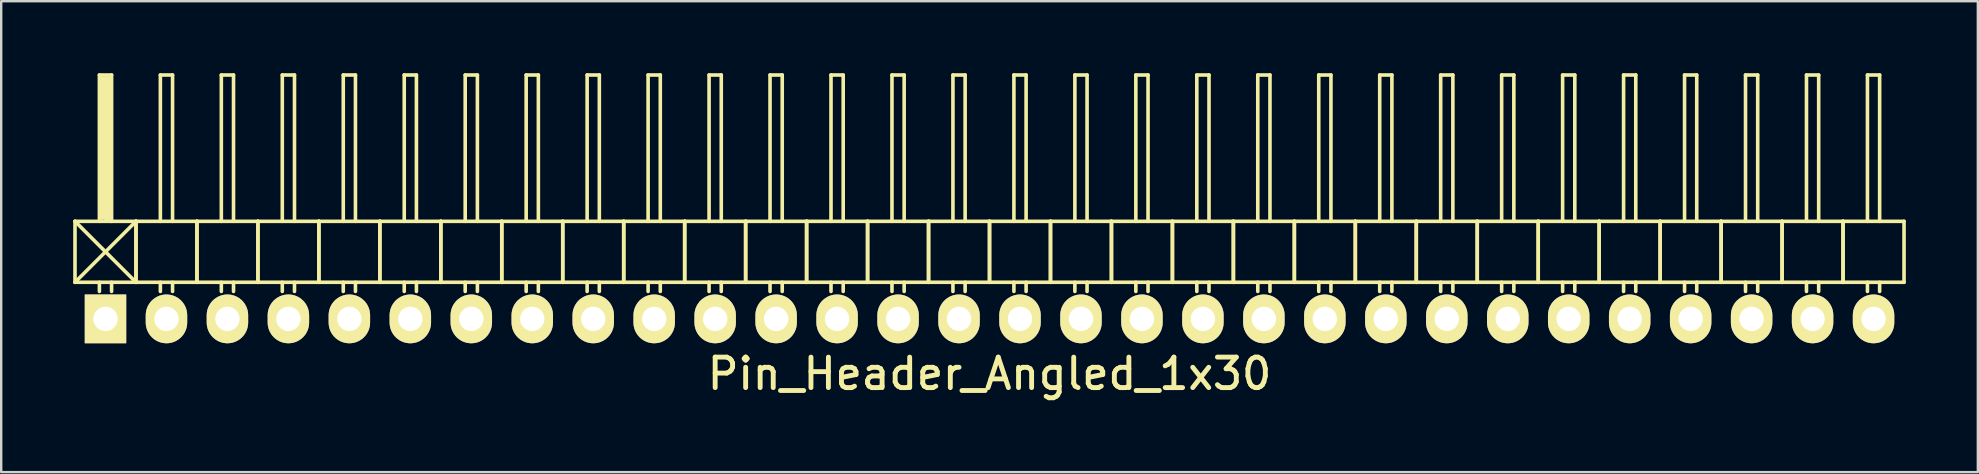
<source format=kicad_pcb>
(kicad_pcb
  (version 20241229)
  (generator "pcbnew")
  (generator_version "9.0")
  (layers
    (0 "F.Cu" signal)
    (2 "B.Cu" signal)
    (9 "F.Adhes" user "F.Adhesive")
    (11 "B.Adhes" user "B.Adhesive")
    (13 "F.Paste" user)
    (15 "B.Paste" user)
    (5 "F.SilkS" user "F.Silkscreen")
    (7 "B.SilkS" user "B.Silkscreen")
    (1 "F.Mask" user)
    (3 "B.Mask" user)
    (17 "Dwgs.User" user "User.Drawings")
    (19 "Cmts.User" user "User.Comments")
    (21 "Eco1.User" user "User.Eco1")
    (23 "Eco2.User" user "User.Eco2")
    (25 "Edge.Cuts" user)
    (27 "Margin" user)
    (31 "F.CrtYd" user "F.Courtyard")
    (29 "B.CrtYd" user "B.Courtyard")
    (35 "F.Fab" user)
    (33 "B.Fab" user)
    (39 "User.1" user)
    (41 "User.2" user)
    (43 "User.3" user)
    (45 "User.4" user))
  (footprint "Pin_Header_Angled_1x30"
    (layer "F.Cu")
    (at 38.175 10.235)
    (property "Reference" "Pin_Header_Angled_1x30" (at 0 2.286 0) (layer "F.SilkS") (effects (font (size 1.27 1.27) (thickness 0.203))))
    (attr through_hole)
    (fp_line (start -38.1 -4.064) (end -35.56 -1.524) (stroke (width 0.15) (type solid)) (layer "F.SilkS"))
    (fp_line (start -38.1 -1.524) (end -38.1 -4.064) (stroke (width 0.15) (type solid)) (layer "F.SilkS"))
    (fp_line (start -38.1 -1.524) (end -35.56 -1.524) (stroke (width 0.15) (type solid)) (layer "F.SilkS"))
    (fp_line (start -37.084 -10.16) (end -36.576 -10.16) (stroke (width 0.15) (type solid)) (layer "F.SilkS"))
    (fp_line (start -37.084 -4.064) (end -37.084 -10.16) (stroke (width 0.15) (type solid)) (layer "F.SilkS"))
    (fp_line (start -37.084 -1.524) (end -37.084 -1.143) (stroke (width 0.15) (type solid)) (layer "F.SilkS"))
    (fp_line (start -36.957 -10.033) (end -36.703 -10.033) (stroke (width 0.15) (type solid)) (layer "F.SilkS"))
    (fp_line (start -36.957 -4.191) (end -36.957 -10.033) (stroke (width 0.15) (type solid)) (layer "F.SilkS"))
    (fp_line (start -36.83 -4.191) (end -36.83 -10.033) (stroke (width 0.15) (type solid)) (layer "F.SilkS"))
    (fp_line (start -36.703 -10.033) (end -36.703 -4.191) (stroke (width 0.15) (type solid)) (layer "F.SilkS"))
    (fp_line (start -36.703 -4.191) (end -36.83 -4.191) (stroke (width 0.15) (type solid)) (layer "F.SilkS"))
    (fp_line (start -36.576 -10.16) (end -36.576 -4.064) (stroke (width 0.15) (type solid)) (layer "F.SilkS"))
    (fp_line (start -36.576 -1.524) (end -36.576 -1.143) (stroke (width 0.15) (type solid)) (layer "F.SilkS"))
    (fp_line (start -35.56 -4.064) (end -38.1 -4.064) (stroke (width 0.15) (type solid)) (layer "F.SilkS"))
    (fp_line (start -35.56 -4.064) (end -38.1 -1.524) (stroke (width 0.15) (type solid)) (layer "F.SilkS"))
    (fp_line (start -35.56 -1.524) (end -35.56 -4.064) (stroke (width 0.15) (type solid)) (layer "F.SilkS"))
    (fp_line (start -35.56 -1.524) (end -35.56 -4.064) (stroke (width 0.15) (type solid)) (layer "F.SilkS"))
    (fp_line (start -35.56 -1.524) (end -33.02 -1.524) (stroke (width 0.15) (type solid)) (layer "F.SilkS"))
    (fp_line (start -34.544 -10.16) (end -34.036 -10.16) (stroke (width 0.15) (type solid)) (layer "F.SilkS"))
    (fp_line (start -34.544 -4.064) (end -34.544 -10.16) (stroke (width 0.15) (type solid)) (layer "F.SilkS"))
    (fp_line (start -34.544 -1.524) (end -34.544 -1.143) (stroke (width 0.15) (type solid)) (layer "F.SilkS"))
    (fp_line (start -34.036 -10.16) (end -34.036 -4.064) (stroke (width 0.15) (type solid)) (layer "F.SilkS"))
    (fp_line (start -34.036 -1.524) (end -34.036 -1.143) (stroke (width 0.15) (type solid)) (layer "F.SilkS"))
    (fp_line (start -33.02 -4.064) (end -35.56 -4.064) (stroke (width 0.15) (type solid)) (layer "F.SilkS"))
    (fp_line (start -33.02 -1.524) (end -33.02 -4.064) (stroke (width 0.15) (type solid)) (layer "F.SilkS"))
    (fp_line (start -33.02 -1.524) (end -33.02 -4.064) (stroke (width 0.15) (type solid)) (layer "F.SilkS"))
    (fp_line (start -33.02 -1.524) (end -30.48 -1.524) (stroke (width 0.15) (type solid)) (layer "F.SilkS"))
    (fp_line (start -32.004 -10.16) (end -31.496 -10.16) (stroke (width 0.15) (type solid)) (layer "F.SilkS"))
    (fp_line (start -32.004 -4.064) (end -32.004 -10.16) (stroke (width 0.15) (type solid)) (layer "F.SilkS"))
    (fp_line (start -32.004 -1.524) (end -32.004 -1.143) (stroke (width 0.15) (type solid)) (layer "F.SilkS"))
    (fp_line (start -31.496 -10.16) (end -31.496 -4.064) (stroke (width 0.15) (type solid)) (layer "F.SilkS"))
    (fp_line (start -31.496 -1.524) (end -31.496 -1.143) (stroke (width 0.15) (type solid)) (layer "F.SilkS"))
    (fp_line (start -30.48 -4.064) (end -33.02 -4.064) (stroke (width 0.15) (type solid)) (layer "F.SilkS"))
    (fp_line (start -30.48 -1.524) (end -30.48 -4.064) (stroke (width 0.15) (type solid)) (layer "F.SilkS"))
    (fp_line (start -30.48 -1.524) (end -30.48 -4.064) (stroke (width 0.15) (type solid)) (layer "F.SilkS"))
    (fp_line (start -30.48 -1.524) (end -27.94 -1.524) (stroke (width 0.15) (type solid)) (layer "F.SilkS"))
    (fp_line (start -29.464 -10.16) (end -28.956 -10.16) (stroke (width 0.15) (type solid)) (layer "F.SilkS"))
    (fp_line (start -29.464 -4.064) (end -29.464 -10.16) (stroke (width 0.15) (type solid)) (layer "F.SilkS"))
    (fp_line (start -29.464 -1.524) (end -29.464 -1.143) (stroke (width 0.15) (type solid)) (layer "F.SilkS"))
    (fp_line (start -28.956 -10.16) (end -28.956 -4.064) (stroke (width 0.15) (type solid)) (layer "F.SilkS"))
    (fp_line (start -28.956 -1.524) (end -28.956 -1.143) (stroke (width 0.15) (type solid)) (layer "F.SilkS"))
    (fp_line (start -27.94 -4.064) (end -30.48 -4.064) (stroke (width 0.15) (type solid)) (layer "F.SilkS"))
    (fp_line (start -27.94 -1.524) (end -27.94 -4.064) (stroke (width 0.15) (type solid)) (layer "F.SilkS"))
    (fp_line (start -27.94 -1.524) (end -27.94 -4.064) (stroke (width 0.15) (type solid)) (layer "F.SilkS"))
    (fp_line (start -27.94 -1.524) (end -25.4 -1.524) (stroke (width 0.15) (type solid)) (layer "F.SilkS"))
    (fp_line (start -26.924 -10.16) (end -26.416 -10.16) (stroke (width 0.15) (type solid)) (layer "F.SilkS"))
    (fp_line (start -26.924 -4.064) (end -26.924 -10.16) (stroke (width 0.15) (type solid)) (layer "F.SilkS"))
    (fp_line (start -26.924 -1.524) (end -26.924 -1.143) (stroke (width 0.15) (type solid)) (layer "F.SilkS"))
    (fp_line (start -26.416 -10.16) (end -26.416 -4.064) (stroke (width 0.15) (type solid)) (layer "F.SilkS"))
    (fp_line (start -26.416 -1.524) (end -26.416 -1.143) (stroke (width 0.15) (type solid)) (layer "F.SilkS"))
    (fp_line (start -25.4 -4.064) (end -27.94 -4.064) (stroke (width 0.15) (type solid)) (layer "F.SilkS"))
    (fp_line (start -25.4 -1.524) (end -25.4 -4.064) (stroke (width 0.15) (type solid)) (layer "F.SilkS"))
    (fp_line (start -25.4 -1.524) (end -25.4 -4.064) (stroke (width 0.15) (type solid)) (layer "F.SilkS"))
    (fp_line (start -25.4 -1.524) (end -22.86 -1.524) (stroke (width 0.15) (type solid)) (layer "F.SilkS"))
    (fp_line (start -24.384 -10.16) (end -23.876 -10.16) (stroke (width 0.15) (type solid)) (layer "F.SilkS"))
    (fp_line (start -24.384 -4.064) (end -24.384 -10.16) (stroke (width 0.15) (type solid)) (layer "F.SilkS"))
    (fp_line (start -24.384 -1.524) (end -24.384 -1.143) (stroke (width 0.15) (type solid)) (layer "F.SilkS"))
    (fp_line (start -23.876 -10.16) (end -23.876 -4.064) (stroke (width 0.15) (type solid)) (layer "F.SilkS"))
    (fp_line (start -23.876 -1.524) (end -23.876 -1.143) (stroke (width 0.15) (type solid)) (layer "F.SilkS"))
    (fp_line (start -22.86 -4.064) (end -25.4 -4.064) (stroke (width 0.15) (type solid)) (layer "F.SilkS"))
    (fp_line (start -22.86 -1.524) (end -22.86 -4.064) (stroke (width 0.15) (type solid)) (layer "F.SilkS"))
    (fp_line (start -22.86 -1.524) (end -22.86 -4.064) (stroke (width 0.15) (type solid)) (layer "F.SilkS"))
    (fp_line (start -22.86 -1.524) (end -20.32 -1.524) (stroke (width 0.15) (type solid)) (layer "F.SilkS"))
    (fp_line (start -21.844 -10.16) (end -21.336 -10.16) (stroke (width 0.15) (type solid)) (layer "F.SilkS"))
    (fp_line (start -21.844 -4.064) (end -21.844 -10.16) (stroke (width 0.15) (type solid)) (layer "F.SilkS"))
    (fp_line (start -21.844 -1.524) (end -21.844 -1.143) (stroke (width 0.15) (type solid)) (layer "F.SilkS"))
    (fp_line (start -21.336 -10.16) (end -21.336 -4.064) (stroke (width 0.15) (type solid)) (layer "F.SilkS"))
    (fp_line (start -21.336 -1.524) (end -21.336 -1.143) (stroke (width 0.15) (type solid)) (layer "F.SilkS"))
    (fp_line (start -20.32 -4.064) (end -22.86 -4.064) (stroke (width 0.15) (type solid)) (layer "F.SilkS"))
    (fp_line (start -20.32 -1.524) (end -20.32 -4.064) (stroke (width 0.15) (type solid)) (layer "F.SilkS"))
    (fp_line (start -20.32 -1.524) (end -20.32 -4.064) (stroke (width 0.15) (type solid)) (layer "F.SilkS"))
    (fp_line (start -20.32 -1.524) (end -17.78 -1.524) (stroke (width 0.15) (type solid)) (layer "F.SilkS"))
    (fp_line (start -19.304 -10.16) (end -18.796 -10.16) (stroke (width 0.15) (type solid)) (layer "F.SilkS"))
    (fp_line (start -19.304 -4.064) (end -19.304 -10.16) (stroke (width 0.15) (type solid)) (layer "F.SilkS"))
    (fp_line (start -19.304 -1.524) (end -19.304 -1.143) (stroke (width 0.15) (type solid)) (layer "F.SilkS"))
    (fp_line (start -18.796 -10.16) (end -18.796 -4.064) (stroke (width 0.15) (type solid)) (layer "F.SilkS"))
    (fp_line (start -18.796 -1.524) (end -18.796 -1.143) (stroke (width 0.15) (type solid)) (layer "F.SilkS"))
    (fp_line (start -17.78 -4.064) (end -20.32 -4.064) (stroke (width 0.15) (type solid)) (layer "F.SilkS"))
    (fp_line (start -17.78 -1.524) (end -17.78 -4.064) (stroke (width 0.15) (type solid)) (layer "F.SilkS"))
    (fp_line (start -17.78 -1.524) (end -17.78 -4.064) (stroke (width 0.15) (type solid)) (layer "F.SilkS"))
    (fp_line (start -17.78 -1.524) (end -15.24 -1.524) (stroke (width 0.15) (type solid)) (layer "F.SilkS"))
    (fp_line (start -16.764 -10.16) (end -16.256 -10.16) (stroke (width 0.15) (type solid)) (layer "F.SilkS"))
    (fp_line (start -16.764 -4.064) (end -16.764 -10.16) (stroke (width 0.15) (type solid)) (layer "F.SilkS"))
    (fp_line (start -16.764 -1.524) (end -16.764 -1.143) (stroke (width 0.15) (type solid)) (layer "F.SilkS"))
    (fp_line (start -16.256 -10.16) (end -16.256 -4.064) (stroke (width 0.15) (type solid)) (layer "F.SilkS"))
    (fp_line (start -16.256 -1.524) (end -16.256 -1.143) (stroke (width 0.15) (type solid)) (layer "F.SilkS"))
    (fp_line (start -15.24 -4.064) (end -17.78 -4.064) (stroke (width 0.15) (type solid)) (layer "F.SilkS"))
    (fp_line (start -15.24 -1.524) (end -15.24 -4.064) (stroke (width 0.15) (type solid)) (layer "F.SilkS"))
    (fp_line (start -15.24 -1.524) (end -15.24 -4.064) (stroke (width 0.15) (type solid)) (layer "F.SilkS"))
    (fp_line (start -15.24 -1.524) (end -12.7 -1.524) (stroke (width 0.15) (type solid)) (layer "F.SilkS"))
    (fp_line (start -14.224 -10.16) (end -13.716 -10.16) (stroke (width 0.15) (type solid)) (layer "F.SilkS"))
    (fp_line (start -14.224 -4.064) (end -14.224 -10.16) (stroke (width 0.15) (type solid)) (layer "F.SilkS"))
    (fp_line (start -14.224 -1.524) (end -14.224 -1.143) (stroke (width 0.15) (type solid)) (layer "F.SilkS"))
    (fp_line (start -13.716 -10.16) (end -13.716 -4.064) (stroke (width 0.15) (type solid)) (layer "F.SilkS"))
    (fp_line (start -13.716 -1.524) (end -13.716 -1.143) (stroke (width 0.15) (type solid)) (layer "F.SilkS"))
    (fp_line (start -12.7 -4.064) (end -15.24 -4.064) (stroke (width 0.15) (type solid)) (layer "F.SilkS"))
    (fp_line (start -12.7 -1.524) (end -12.7 -4.064) (stroke (width 0.15) (type solid)) (layer "F.SilkS"))
    (fp_line (start -12.7 -1.524) (end -12.7 -4.064) (stroke (width 0.15) (type solid)) (layer "F.SilkS"))
    (fp_line (start -12.7 -1.524) (end -10.16 -1.524) (stroke (width 0.15) (type solid)) (layer "F.SilkS"))
    (fp_line (start -11.684 -10.16) (end -11.176 -10.16) (stroke (width 0.15) (type solid)) (layer "F.SilkS"))
    (fp_line (start -11.684 -4.064) (end -11.684 -10.16) (stroke (width 0.15) (type solid)) (layer "F.SilkS"))
    (fp_line (start -11.684 -1.524) (end -11.684 -1.143) (stroke (width 0.15) (type solid)) (layer "F.SilkS"))
    (fp_line (start -11.176 -10.16) (end -11.176 -4.064) (stroke (width 0.15) (type solid)) (layer "F.SilkS"))
    (fp_line (start -11.176 -1.524) (end -11.176 -1.143) (stroke (width 0.15) (type solid)) (layer "F.SilkS"))
    (fp_line (start -10.16 -4.064) (end -12.7 -4.064) (stroke (width 0.15) (type solid)) (layer "F.SilkS"))
    (fp_line (start -10.16 -1.524) (end -10.16 -4.064) (stroke (width 0.15) (type solid)) (layer "F.SilkS"))
    (fp_line (start -10.16 -1.524) (end -10.16 -4.064) (stroke (width 0.15) (type solid)) (layer "F.SilkS"))
    (fp_line (start -10.16 -1.524) (end -7.62 -1.524) (stroke (width 0.15) (type solid)) (layer "F.SilkS"))
    (fp_line (start -9.144 -10.16) (end -8.636 -10.16) (stroke (width 0.15) (type solid)) (layer "F.SilkS"))
    (fp_line (start -9.144 -4.064) (end -9.144 -10.16) (stroke (width 0.15) (type solid)) (layer "F.SilkS"))
    (fp_line (start -9.144 -1.524) (end -9.144 -1.143) (stroke (width 0.15) (type solid)) (layer "F.SilkS"))
    (fp_line (start -8.636 -10.16) (end -8.636 -4.064) (stroke (width 0.15) (type solid)) (layer "F.SilkS"))
    (fp_line (start -8.636 -1.524) (end -8.636 -1.143) (stroke (width 0.15) (type solid)) (layer "F.SilkS"))
    (fp_line (start -7.62 -4.064) (end -10.16 -4.064) (stroke (width 0.15) (type solid)) (layer "F.SilkS"))
    (fp_line (start -7.62 -1.524) (end -7.62 -4.064) (stroke (width 0.15) (type solid)) (layer "F.SilkS"))
    (fp_line (start -7.62 -1.524) (end -7.62 -4.064) (stroke (width 0.15) (type solid)) (layer "F.SilkS"))
    (fp_line (start -7.62 -1.524) (end -5.08 -1.524) (stroke (width 0.15) (type solid)) (layer "F.SilkS"))
    (fp_line (start -6.604 -10.16) (end -6.096 -10.16) (stroke (width 0.15) (type solid)) (layer "F.SilkS"))
    (fp_line (start -6.604 -4.064) (end -6.604 -10.16) (stroke (width 0.15) (type solid)) (layer "F.SilkS"))
    (fp_line (start -6.604 -1.524) (end -6.604 -1.143) (stroke (width 0.15) (type solid)) (layer "F.SilkS"))
    (fp_line (start -6.096 -10.16) (end -6.096 -4.064) (stroke (width 0.15) (type solid)) (layer "F.SilkS"))
    (fp_line (start -6.096 -1.524) (end -6.096 -1.143) (stroke (width 0.15) (type solid)) (layer "F.SilkS"))
    (fp_line (start -5.08 -4.064) (end -7.62 -4.064) (stroke (width 0.15) (type solid)) (layer "F.SilkS"))
    (fp_line (start -5.08 -1.524) (end -5.08 -4.064) (stroke (width 0.15) (type solid)) (layer "F.SilkS"))
    (fp_line (start -5.08 -1.524) (end -5.08 -4.064) (stroke (width 0.15) (type solid)) (layer "F.SilkS"))
    (fp_line (start -5.08 -1.524) (end -2.54 -1.524) (stroke (width 0.15) (type solid)) (layer "F.SilkS"))
    (fp_line (start -4.064 -10.16) (end -3.556 -10.16) (stroke (width 0.15) (type solid)) (layer "F.SilkS"))
    (fp_line (start -4.064 -4.064) (end -4.064 -10.16) (stroke (width 0.15) (type solid)) (layer "F.SilkS"))
    (fp_line (start -4.064 -1.524) (end -4.064 -1.143) (stroke (width 0.15) (type solid)) (layer "F.SilkS"))
    (fp_line (start -3.556 -10.16) (end -3.556 -4.064) (stroke (width 0.15) (type solid)) (layer "F.SilkS"))
    (fp_line (start -3.556 -1.524) (end -3.556 -1.143) (stroke (width 0.15) (type solid)) (layer "F.SilkS"))
    (fp_line (start -2.54 -4.064) (end -5.08 -4.064) (stroke (width 0.15) (type solid)) (layer "F.SilkS"))
    (fp_line (start -2.54 -1.524) (end -2.54 -4.064) (stroke (width 0.15) (type solid)) (layer "F.SilkS"))
    (fp_line (start -2.54 -1.524) (end -2.54 -4.064) (stroke (width 0.15) (type solid)) (layer "F.SilkS"))
    (fp_line (start -2.54 -1.524) (end 0 -1.524) (stroke (width 0.15) (type solid)) (layer "F.SilkS"))
    (fp_line (start -1.524 -10.16) (end -1.016 -10.16) (stroke (width 0.15) (type solid)) (layer "F.SilkS"))
    (fp_line (start -1.524 -4.064) (end -1.524 -10.16) (stroke (width 0.15) (type solid)) (layer "F.SilkS"))
    (fp_line (start -1.524 -1.524) (end -1.524 -1.143) (stroke (width 0.15) (type solid)) (layer "F.SilkS"))
    (fp_line (start -1.016 -10.16) (end -1.016 -4.064) (stroke (width 0.15) (type solid)) (layer "F.SilkS"))
    (fp_line (start -1.016 -1.524) (end -1.016 -1.143) (stroke (width 0.15) (type solid)) (layer "F.SilkS"))
    (fp_line (start 0 -4.064) (end -2.54 -4.064) (stroke (width 0.15) (type solid)) (layer "F.SilkS"))
    (fp_line (start 0 -1.524) (end 0 -4.064) (stroke (width 0.15) (type solid)) (layer "F.SilkS"))
    (fp_line (start 0 -1.524) (end 0 -4.064) (stroke (width 0.15) (type solid)) (layer "F.SilkS"))
    (fp_line (start 0 -1.524) (end 2.54 -1.524) (stroke (width 0.15) (type solid)) (layer "F.SilkS"))
    (fp_line (start 1.016 -10.16) (end 1.524 -10.16) (stroke (width 0.15) (type solid)) (layer "F.SilkS"))
    (fp_line (start 1.016 -4.064) (end 1.016 -10.16) (stroke (width 0.15) (type solid)) (layer "F.SilkS"))
    (fp_line (start 1.016 -1.524) (end 1.016 -1.143) (stroke (width 0.15) (type solid)) (layer "F.SilkS"))
    (fp_line (start 1.524 -10.16) (end 1.524 -4.064) (stroke (width 0.15) (type solid)) (layer "F.SilkS"))
    (fp_line (start 1.524 -1.524) (end 1.524 -1.143) (stroke (width 0.15) (type solid)) (layer "F.SilkS"))
    (fp_line (start 2.54 -4.064) (end 0 -4.064) (stroke (width 0.15) (type solid)) (layer "F.SilkS"))
    (fp_line (start 2.54 -1.524) (end 2.54 -4.064) (stroke (width 0.15) (type solid)) (layer "F.SilkS"))
    (fp_line (start 2.54 -1.524) (end 2.54 -4.064) (stroke (width 0.15) (type solid)) (layer "F.SilkS"))
    (fp_line (start 2.54 -1.524) (end 5.08 -1.524) (stroke (width 0.15) (type solid)) (layer "F.SilkS"))
    (fp_line (start 3.556 -10.16) (end 4.064 -10.16) (stroke (width 0.15) (type solid)) (layer "F.SilkS"))
    (fp_line (start 3.556 -4.064) (end 3.556 -10.16) (stroke (width 0.15) (type solid)) (layer "F.SilkS"))
    (fp_line (start 3.556 -1.524) (end 3.556 -1.143) (stroke (width 0.15) (type solid)) (layer "F.SilkS"))
    (fp_line (start 4.064 -10.16) (end 4.064 -4.064) (stroke (width 0.15) (type solid)) (layer "F.SilkS"))
    (fp_line (start 4.064 -1.524) (end 4.064 -1.143) (stroke (width 0.15) (type solid)) (layer "F.SilkS"))
    (fp_line (start 5.08 -4.064) (end 2.54 -4.064) (stroke (width 0.15) (type solid)) (layer "F.SilkS"))
    (fp_line (start 5.08 -1.524) (end 5.08 -4.064) (stroke (width 0.15) (type solid)) (layer "F.SilkS"))
    (fp_line (start 5.08 -1.524) (end 5.08 -4.064) (stroke (width 0.15) (type solid)) (layer "F.SilkS"))
    (fp_line (start 5.08 -1.524) (end 7.62 -1.524) (stroke (width 0.15) (type solid)) (layer "F.SilkS"))
    (fp_line (start 6.096 -10.16) (end 6.604 -10.16) (stroke (width 0.15) (type solid)) (layer "F.SilkS"))
    (fp_line (start 6.096 -4.064) (end 6.096 -10.16) (stroke (width 0.15) (type solid)) (layer "F.SilkS"))
    (fp_line (start 6.096 -1.524) (end 6.096 -1.143) (stroke (width 0.15) (type solid)) (layer "F.SilkS"))
    (fp_line (start 6.604 -10.16) (end 6.604 -4.064) (stroke (width 0.15) (type solid)) (layer "F.SilkS"))
    (fp_line (start 6.604 -1.524) (end 6.604 -1.143) (stroke (width 0.15) (type solid)) (layer "F.SilkS"))
    (fp_line (start 7.62 -4.064) (end 5.08 -4.064) (stroke (width 0.15) (type solid)) (layer "F.SilkS"))
    (fp_line (start 7.62 -1.524) (end 7.62 -4.064) (stroke (width 0.15) (type solid)) (layer "F.SilkS"))
    (fp_line (start 7.62 -1.524) (end 7.62 -4.064) (stroke (width 0.15) (type solid)) (layer "F.SilkS"))
    (fp_line (start 7.62 -1.524) (end 10.16 -1.524) (stroke (width 0.15) (type solid)) (layer "F.SilkS"))
    (fp_line (start 8.636 -10.16) (end 9.144 -10.16) (stroke (width 0.15) (type solid)) (layer "F.SilkS"))
    (fp_line (start 8.636 -4.064) (end 8.636 -10.16) (stroke (width 0.15) (type solid)) (layer "F.SilkS"))
    (fp_line (start 8.636 -1.524) (end 8.636 -1.143) (stroke (width 0.15) (type solid)) (layer "F.SilkS"))
    (fp_line (start 9.144 -10.16) (end 9.144 -4.064) (stroke (width 0.15) (type solid)) (layer "F.SilkS"))
    (fp_line (start 9.144 -1.524) (end 9.144 -1.143) (stroke (width 0.15) (type solid)) (layer "F.SilkS"))
    (fp_line (start 10.16 -4.064) (end 7.62 -4.064) (stroke (width 0.15) (type solid)) (layer "F.SilkS"))
    (fp_line (start 10.16 -1.524) (end 10.16 -4.064) (stroke (width 0.15) (type solid)) (layer "F.SilkS"))
    (fp_line (start 10.16 -1.524) (end 10.16 -4.064) (stroke (width 0.15) (type solid)) (layer "F.SilkS"))
    (fp_line (start 10.16 -1.524) (end 12.7 -1.524) (stroke (width 0.15) (type solid)) (layer "F.SilkS"))
    (fp_line (start 11.176 -10.16) (end 11.684 -10.16) (stroke (width 0.15) (type solid)) (layer "F.SilkS"))
    (fp_line (start 11.176 -4.064) (end 11.176 -10.16) (stroke (width 0.15) (type solid)) (layer "F.SilkS"))
    (fp_line (start 11.176 -1.524) (end 11.176 -1.143) (stroke (width 0.15) (type solid)) (layer "F.SilkS"))
    (fp_line (start 11.684 -10.16) (end 11.684 -4.064) (stroke (width 0.15) (type solid)) (layer "F.SilkS"))
    (fp_line (start 11.684 -1.524) (end 11.684 -1.143) (stroke (width 0.15) (type solid)) (layer "F.SilkS"))
    (fp_line (start 12.7 -4.064) (end 10.16 -4.064) (stroke (width 0.15) (type solid)) (layer "F.SilkS"))
    (fp_line (start 12.7 -1.524) (end 12.7 -4.064) (stroke (width 0.15) (type solid)) (layer "F.SilkS"))
    (fp_line (start 12.7 -1.524) (end 12.7 -4.064) (stroke (width 0.15) (type solid)) (layer "F.SilkS"))
    (fp_line (start 12.7 -1.524) (end 15.24 -1.524) (stroke (width 0.15) (type solid)) (layer "F.SilkS"))
    (fp_line (start 13.716 -10.16) (end 14.224 -10.16) (stroke (width 0.15) (type solid)) (layer "F.SilkS"))
    (fp_line (start 13.716 -4.064) (end 13.716 -10.16) (stroke (width 0.15) (type solid)) (layer "F.SilkS"))
    (fp_line (start 13.716 -1.524) (end 13.716 -1.143) (stroke (width 0.15) (type solid)) (layer "F.SilkS"))
    (fp_line (start 14.224 -10.16) (end 14.224 -4.064) (stroke (width 0.15) (type solid)) (layer "F.SilkS"))
    (fp_line (start 14.224 -1.524) (end 14.224 -1.143) (stroke (width 0.15) (type solid)) (layer "F.SilkS"))
    (fp_line (start 15.24 -4.064) (end 12.7 -4.064) (stroke (width 0.15) (type solid)) (layer "F.SilkS"))
    (fp_line (start 15.24 -1.524) (end 15.24 -4.064) (stroke (width 0.15) (type solid)) (layer "F.SilkS"))
    (fp_line (start 15.24 -1.524) (end 15.24 -4.064) (stroke (width 0.15) (type solid)) (layer "F.SilkS"))
    (fp_line (start 15.24 -1.524) (end 17.78 -1.524) (stroke (width 0.15) (type solid)) (layer "F.SilkS"))
    (fp_line (start 16.256 -10.16) (end 16.764 -10.16) (stroke (width 0.15) (type solid)) (layer "F.SilkS"))
    (fp_line (start 16.256 -4.064) (end 16.256 -10.16) (stroke (width 0.15) (type solid)) (layer "F.SilkS"))
    (fp_line (start 16.256 -1.524) (end 16.256 -1.143) (stroke (width 0.15) (type solid)) (layer "F.SilkS"))
    (fp_line (start 16.764 -10.16) (end 16.764 -4.064) (stroke (width 0.15) (type solid)) (layer "F.SilkS"))
    (fp_line (start 16.764 -1.524) (end 16.764 -1.143) (stroke (width 0.15) (type solid)) (layer "F.SilkS"))
    (fp_line (start 17.78 -4.064) (end 15.24 -4.064) (stroke (width 0.15) (type solid)) (layer "F.SilkS"))
    (fp_line (start 17.78 -1.524) (end 17.78 -4.064) (stroke (width 0.15) (type solid)) (layer "F.SilkS"))
    (fp_line (start 17.78 -1.524) (end 17.78 -4.064) (stroke (width 0.15) (type solid)) (layer "F.SilkS"))
    (fp_line (start 17.78 -1.524) (end 20.32 -1.524) (stroke (width 0.15) (type solid)) (layer "F.SilkS"))
    (fp_line (start 18.796 -10.16) (end 19.304 -10.16) (stroke (width 0.15) (type solid)) (layer "F.SilkS"))
    (fp_line (start 18.796 -4.064) (end 18.796 -10.16) (stroke (width 0.15) (type solid)) (layer "F.SilkS"))
    (fp_line (start 18.796 -1.524) (end 18.796 -1.143) (stroke (width 0.15) (type solid)) (layer "F.SilkS"))
    (fp_line (start 19.304 -10.16) (end 19.304 -4.064) (stroke (width 0.15) (type solid)) (layer "F.SilkS"))
    (fp_line (start 19.304 -1.524) (end 19.304 -1.143) (stroke (width 0.15) (type solid)) (layer "F.SilkS"))
    (fp_line (start 20.32 -4.064) (end 17.78 -4.064) (stroke (width 0.15) (type solid)) (layer "F.SilkS"))
    (fp_line (start 20.32 -1.524) (end 20.32 -4.064) (stroke (width 0.15) (type solid)) (layer "F.SilkS"))
    (fp_line (start 20.32 -1.524) (end 20.32 -4.064) (stroke (width 0.15) (type solid)) (layer "F.SilkS"))
    (fp_line (start 20.32 -1.524) (end 22.86 -1.524) (stroke (width 0.15) (type solid)) (layer "F.SilkS"))
    (fp_line (start 21.336 -10.16) (end 21.844 -10.16) (stroke (width 0.15) (type solid)) (layer "F.SilkS"))
    (fp_line (start 21.336 -4.064) (end 21.336 -10.16) (stroke (width 0.15) (type solid)) (layer "F.SilkS"))
    (fp_line (start 21.336 -1.524) (end 21.336 -1.143) (stroke (width 0.15) (type solid)) (layer "F.SilkS"))
    (fp_line (start 21.844 -10.16) (end 21.844 -4.064) (stroke (width 0.15) (type solid)) (layer "F.SilkS"))
    (fp_line (start 21.844 -1.524) (end 21.844 -1.143) (stroke (width 0.15) (type solid)) (layer "F.SilkS"))
    (fp_line (start 22.86 -4.064) (end 20.32 -4.064) (stroke (width 0.15) (type solid)) (layer "F.SilkS"))
    (fp_line (start 22.86 -1.524) (end 22.86 -4.064) (stroke (width 0.15) (type solid)) (layer "F.SilkS"))
    (fp_line (start 22.86 -1.524) (end 22.86 -4.064) (stroke (width 0.15) (type solid)) (layer "F.SilkS"))
    (fp_line (start 22.86 -1.524) (end 25.4 -1.524) (stroke (width 0.15) (type solid)) (layer "F.SilkS"))
    (fp_line (start 23.876 -10.16) (end 24.384 -10.16) (stroke (width 0.15) (type solid)) (layer "F.SilkS"))
    (fp_line (start 23.876 -4.064) (end 23.876 -10.16) (stroke (width 0.15) (type solid)) (layer "F.SilkS"))
    (fp_line (start 23.876 -1.524) (end 23.876 -1.143) (stroke (width 0.15) (type solid)) (layer "F.SilkS"))
    (fp_line (start 24.384 -10.16) (end 24.384 -4.064) (stroke (width 0.15) (type solid)) (layer "F.SilkS"))
    (fp_line (start 24.384 -1.524) (end 24.384 -1.143) (stroke (width 0.15) (type solid)) (layer "F.SilkS"))
    (fp_line (start 25.4 -4.064) (end 22.86 -4.064) (stroke (width 0.15) (type solid)) (layer "F.SilkS"))
    (fp_line (start 25.4 -1.524) (end 25.4 -4.064) (stroke (width 0.15) (type solid)) (layer "F.SilkS"))
    (fp_line (start 25.4 -1.524) (end 25.4 -4.064) (stroke (width 0.15) (type solid)) (layer "F.SilkS"))
    (fp_line (start 25.4 -1.524) (end 27.94 -1.524) (stroke (width 0.15) (type solid)) (layer "F.SilkS"))
    (fp_line (start 26.416 -10.16) (end 26.924 -10.16) (stroke (width 0.15) (type solid)) (layer "F.SilkS"))
    (fp_line (start 26.416 -4.064) (end 26.416 -10.16) (stroke (width 0.15) (type solid)) (layer "F.SilkS"))
    (fp_line (start 26.416 -1.524) (end 26.416 -1.143) (stroke (width 0.15) (type solid)) (layer "F.SilkS"))
    (fp_line (start 26.924 -10.16) (end 26.924 -4.064) (stroke (width 0.15) (type solid)) (layer "F.SilkS"))
    (fp_line (start 26.924 -1.524) (end 26.924 -1.143) (stroke (width 0.15) (type solid)) (layer "F.SilkS"))
    (fp_line (start 27.94 -4.064) (end 25.4 -4.064) (stroke (width 0.15) (type solid)) (layer "F.SilkS"))
    (fp_line (start 27.94 -1.524) (end 27.94 -4.064) (stroke (width 0.15) (type solid)) (layer "F.SilkS"))
    (fp_line (start 27.94 -1.524) (end 27.94 -4.064) (stroke (width 0.15) (type solid)) (layer "F.SilkS"))
    (fp_line (start 27.94 -1.524) (end 30.48 -1.524) (stroke (width 0.15) (type solid)) (layer "F.SilkS"))
    (fp_line (start 28.956 -10.16) (end 29.464 -10.16) (stroke (width 0.15) (type solid)) (layer "F.SilkS"))
    (fp_line (start 28.956 -4.064) (end 28.956 -10.16) (stroke (width 0.15) (type solid)) (layer "F.SilkS"))
    (fp_line (start 28.956 -1.524) (end 28.956 -1.143) (stroke (width 0.15) (type solid)) (layer "F.SilkS"))
    (fp_line (start 29.464 -10.16) (end 29.464 -4.064) (stroke (width 0.15) (type solid)) (layer "F.SilkS"))
    (fp_line (start 29.464 -1.524) (end 29.464 -1.143) (stroke (width 0.15) (type solid)) (layer "F.SilkS"))
    (fp_line (start 30.48 -4.064) (end 27.94 -4.064) (stroke (width 0.15) (type solid)) (layer "F.SilkS"))
    (fp_line (start 30.48 -1.524) (end 30.48 -4.064) (stroke (width 0.15) (type solid)) (layer "F.SilkS"))
    (fp_line (start 30.48 -1.524) (end 30.48 -4.064) (stroke (width 0.15) (type solid)) (layer "F.SilkS"))
    (fp_line (start 30.48 -1.524) (end 33.02 -1.524) (stroke (width 0.15) (type solid)) (layer "F.SilkS"))
    (fp_line (start 31.496 -10.16) (end 32.004 -10.16) (stroke (width 0.15) (type solid)) (layer "F.SilkS"))
    (fp_line (start 31.496 -4.064) (end 31.496 -10.16) (stroke (width 0.15) (type solid)) (layer "F.SilkS"))
    (fp_line (start 31.496 -1.524) (end 31.496 -1.143) (stroke (width 0.15) (type solid)) (layer "F.SilkS"))
    (fp_line (start 32.004 -10.16) (end 32.004 -4.064) (stroke (width 0.15) (type solid)) (layer "F.SilkS"))
    (fp_line (start 32.004 -1.524) (end 32.004 -1.143) (stroke (width 0.15) (type solid)) (layer "F.SilkS"))
    (fp_line (start 33.02 -4.064) (end 30.48 -4.064) (stroke (width 0.15) (type solid)) (layer "F.SilkS"))
    (fp_line (start 33.02 -1.524) (end 33.02 -4.064) (stroke (width 0.15) (type solid)) (layer "F.SilkS"))
    (fp_line (start 33.02 -1.524) (end 33.02 -4.064) (stroke (width 0.15) (type solid)) (layer "F.SilkS"))
    (fp_line (start 33.02 -1.524) (end 35.56 -1.524) (stroke (width 0.15) (type solid)) (layer "F.SilkS"))
    (fp_line (start 34.036 -10.16) (end 34.544 -10.16) (stroke (width 0.15) (type solid)) (layer "F.SilkS"))
    (fp_line (start 34.036 -4.064) (end 34.036 -10.16) (stroke (width 0.15) (type solid)) (layer "F.SilkS"))
    (fp_line (start 34.036 -1.524) (end 34.036 -1.143) (stroke (width 0.15) (type solid)) (layer "F.SilkS"))
    (fp_line (start 34.544 -10.16) (end 34.544 -4.064) (stroke (width 0.15) (type solid)) (layer "F.SilkS"))
    (fp_line (start 34.544 -1.524) (end 34.544 -1.143) (stroke (width 0.15) (type solid)) (layer "F.SilkS"))
    (fp_line (start 35.56 -4.064) (end 33.02 -4.064) (stroke (width 0.15) (type solid)) (layer "F.SilkS"))
    (fp_line (start 35.56 -1.524) (end 35.56 -4.064) (stroke (width 0.15) (type solid)) (layer "F.SilkS"))
    (fp_line (start 35.56 -1.524) (end 35.56 -4.064) (stroke (width 0.15) (type solid)) (layer "F.SilkS"))
    (fp_line (start 35.56 -1.524) (end 38.1 -1.524) (stroke (width 0.15) (type solid)) (layer "F.SilkS"))
    (fp_line (start 36.576 -10.16) (end 37.084 -10.16) (stroke (width 0.15) (type solid)) (layer "F.SilkS"))
    (fp_line (start 36.576 -4.064) (end 36.576 -10.16) (stroke (width 0.15) (type solid)) (layer "F.SilkS"))
    (fp_line (start 36.576 -1.524) (end 36.576 -1.143) (stroke (width 0.15) (type solid)) (layer "F.SilkS"))
    (fp_line (start 37.084 -10.16) (end 37.084 -4.064) (stroke (width 0.15) (type solid)) (layer "F.SilkS"))
    (fp_line (start 37.084 -1.524) (end 37.084 -1.143) (stroke (width 0.15) (type solid)) (layer "F.SilkS"))
    (fp_line (start 38.1 -4.064) (end 35.56 -4.064) (stroke (width 0.15) (type solid)) (layer "F.SilkS"))
    (fp_line (start 38.1 -1.524) (end 38.1 -4.064) (stroke (width 0.15) (type solid)) (layer "F.SilkS"))
    (pad "1" thru_hole rect (at -36.83 0) (size 1.727 2.032) (drill 1.016) (layers "*.Cu" "*.Mask" "F.SilkS"))
    (pad "2" thru_hole oval (at -34.29 0) (size 1.727 2.032) (drill 1.016) (layers "*.Cu" "*.Mask" "F.SilkS"))
    (pad "3" thru_hole oval (at -31.75 0) (size 1.727 2.032) (drill 1.016) (layers "*.Cu" "*.Mask" "F.SilkS"))
    (pad "4" thru_hole oval (at -29.21 0) (size 1.727 2.032) (drill 1.016) (layers "*.Cu" "*.Mask" "F.SilkS"))
    (pad "5" thru_hole oval (at -26.67 0) (size 1.727 2.032) (drill 1.016) (layers "*.Cu" "*.Mask" "F.SilkS"))
    (pad "6" thru_hole oval (at -24.13 0) (size 1.727 2.032) (drill 1.016) (layers "*.Cu" "*.Mask" "F.SilkS"))
    (pad "7" thru_hole oval (at -21.59 0) (size 1.727 2.032) (drill 1.016) (layers "*.Cu" "*.Mask" "F.SilkS"))
    (pad "8" thru_hole oval (at -19.05 0) (size 1.727 2.032) (drill 1.016) (layers "*.Cu" "*.Mask" "F.SilkS"))
    (pad "9" thru_hole oval (at -16.51 0) (size 1.727 2.032) (drill 1.016) (layers "*.Cu" "*.Mask" "F.SilkS"))
    (pad "10" thru_hole oval (at -13.97 0) (size 1.727 2.032) (drill 1.016) (layers "*.Cu" "*.Mask" "F.SilkS"))
    (pad "11" thru_hole oval (at -11.43 0) (size 1.727 2.032) (drill 1.016) (layers "*.Cu" "*.Mask" "F.SilkS"))
    (pad "12" thru_hole oval (at -8.89 0) (size 1.727 2.032) (drill 1.016) (layers "*.Cu" "*.Mask" "F.SilkS"))
    (pad "13" thru_hole oval (at -6.35 0) (size 1.727 2.032) (drill 1.016) (layers "*.Cu" "*.Mask" "F.SilkS"))
    (pad "14" thru_hole oval (at -3.81 0) (size 1.727 2.032) (drill 1.016) (layers "*.Cu" "*.Mask" "F.SilkS"))
    (pad "15" thru_hole oval (at -1.27 0) (size 1.727 2.032) (drill 1.016) (layers "*.Cu" "*.Mask" "F.SilkS"))
    (pad "16" thru_hole oval (at 1.27 0) (size 1.727 2.032) (drill 1.016) (layers "*.Cu" "*.Mask" "F.SilkS"))
    (pad "17" thru_hole oval (at 3.81 0) (size 1.727 2.032) (drill 1.016) (layers "*.Cu" "*.Mask" "F.SilkS"))
    (pad "18" thru_hole oval (at 6.35 0) (size 1.727 2.032) (drill 1.016) (layers "*.Cu" "*.Mask" "F.SilkS"))
    (pad "19" thru_hole oval (at 8.89 0) (size 1.727 2.032) (drill 1.016) (layers "*.Cu" "*.Mask" "F.SilkS"))
    (pad "20" thru_hole oval (at 11.43 0) (size 1.727 2.032) (drill 1.016) (layers "*.Cu" "*.Mask" "F.SilkS"))
    (pad "21" thru_hole oval (at 13.97 0) (size 1.727 2.032) (drill 1.016) (layers "*.Cu" "*.Mask" "F.SilkS"))
    (pad "22" thru_hole oval (at 16.51 0) (size 1.727 2.032) (drill 1.016) (layers "*.Cu" "*.Mask" "F.SilkS"))
    (pad "23" thru_hole oval (at 19.05 0) (size 1.727 2.032) (drill 1.016) (layers "*.Cu" "*.Mask" "F.SilkS"))
    (pad "24" thru_hole oval (at 21.59 0) (size 1.727 2.032) (drill 1.016) (layers "*.Cu" "*.Mask" "F.SilkS"))
    (pad "25" thru_hole oval (at 24.13 0) (size 1.727 2.032) (drill 1.016) (layers "*.Cu" "*.Mask" "F.SilkS"))
    (pad "26" thru_hole oval (at 26.67 0) (size 1.727 2.032) (drill 1.016) (layers "*.Cu" "*.Mask" "F.SilkS"))
    (pad "27" thru_hole oval (at 29.21 0) (size 1.727 2.032) (drill 1.016) (layers "*.Cu" "*.Mask" "F.SilkS"))
    (pad "28" thru_hole oval (at 31.75 0) (size 1.727 2.032) (drill 1.016) (layers "*.Cu" "*.Mask" "F.SilkS"))
    (pad "29" thru_hole oval (at 34.29 0) (size 1.727 2.032) (drill 1.016) (layers "*.Cu" "*.Mask" "F.SilkS"))
    (pad "30" thru_hole oval (at 36.83 0) (size 1.727 2.032) (drill 1.016) (layers "*.Cu" "*.Mask" "F.SilkS")))
  (gr_rect
    (start -3 -3)
    (end 79.35 16.621)
    (stroke (width 0.1) (type default))
    (fill no)
    (layer "Edge.Cuts")))
</source>
